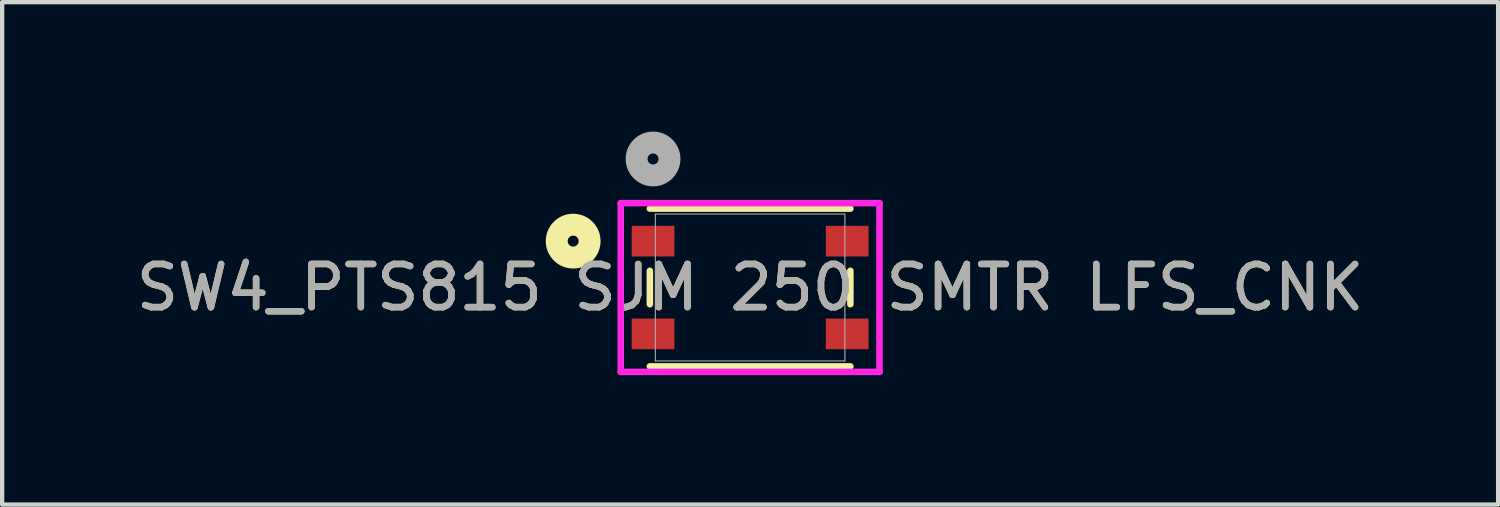
<source format=kicad_pcb>
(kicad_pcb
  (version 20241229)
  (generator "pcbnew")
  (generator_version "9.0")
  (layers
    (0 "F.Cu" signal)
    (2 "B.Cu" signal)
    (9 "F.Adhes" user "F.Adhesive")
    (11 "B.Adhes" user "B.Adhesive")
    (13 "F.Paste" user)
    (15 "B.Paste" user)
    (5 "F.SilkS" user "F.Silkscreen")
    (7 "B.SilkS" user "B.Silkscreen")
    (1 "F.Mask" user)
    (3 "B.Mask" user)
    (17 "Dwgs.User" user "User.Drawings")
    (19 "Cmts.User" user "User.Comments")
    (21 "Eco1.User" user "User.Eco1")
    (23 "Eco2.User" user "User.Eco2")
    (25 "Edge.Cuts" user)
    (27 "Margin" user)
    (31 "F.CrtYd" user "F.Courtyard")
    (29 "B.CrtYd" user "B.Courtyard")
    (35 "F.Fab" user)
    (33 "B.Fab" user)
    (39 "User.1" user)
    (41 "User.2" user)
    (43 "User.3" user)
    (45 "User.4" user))
  (footprint "SW4_PTS815 SJM 250 SMTR LFS_CNK"
    (layer "F.Cu")
    (at 14.339 3.615)
    (property "Reference" "SW4_PTS815 SJM 250 SMTR LFS_CNK" (at 0 0 0) (unlocked yes) (layer "F.SilkS") (effects (font (size 1 1) (thickness 0.15))))
    (attr smd)
    (fp_line (start -2.324 -0.387) (end -2.324 0.387) (stroke (width 0.152) (type solid)) (layer "F.SilkS"))
    (fp_line (start -2.324 1.829) (end 2.324 1.829) (stroke (width 0.152) (type solid)) (layer "F.SilkS"))
    (fp_line (start 2.324 -1.829) (end -2.324 -1.829) (stroke (width 0.152) (type solid)) (layer "F.SilkS"))
    (fp_line (start 2.324 0.387) (end 2.324 -0.387) (stroke (width 0.152) (type solid)) (layer "F.SilkS"))
    (fp_circle (center -4.102 -1.075) (end -3.721 -1.075) (stroke (width 0.508) (type solid)) (fill no) (layer "F.SilkS"))
    (fp_line (start -2.999 -1.956) (end -2.999 1.956) (stroke (width 0.152) (type solid)) (layer "F.CrtYd"))
    (fp_line (start -2.999 1.956) (end 2.999 1.956) (stroke (width 0.152) (type solid)) (layer "F.CrtYd"))
    (fp_line (start 2.999 -1.956) (end -2.999 -1.956) (stroke (width 0.152) (type solid)) (layer "F.CrtYd"))
    (fp_line (start 2.999 1.956) (end 2.999 -1.956) (stroke (width 0.152) (type solid)) (layer "F.CrtYd"))
    (fp_line (start -2.197 -1.702) (end -2.197 1.702) (stroke (width 0.025) (type solid)) (layer "F.Fab"))
    (fp_line (start -2.197 1.702) (end 2.197 1.702) (stroke (width 0.025) (type solid)) (layer "F.Fab"))
    (fp_line (start 2.197 -1.702) (end -2.197 -1.702) (stroke (width 0.025) (type solid)) (layer "F.Fab"))
    (fp_line (start 2.197 1.702) (end 2.197 -1.702) (stroke (width 0.025) (type solid)) (layer "F.Fab"))
    (fp_circle (center -2.25 -2.98) (end -1.869 -2.98) (stroke (width 0.508) (type solid)) (fill no) (layer "F.Fab"))
    (fp_text user "${REFERENCE}" (at 0 0 0) (unlocked yes) (layer "F.Fab") (effects (font (size 1 1) (thickness 0.15))))
    (pad "1" smd rect (at -2.25 -1.075) (size 0.991 0.711) (layers "F.Cu" "F.Mask" "F.Paste"))
    (pad "2" smd rect (at 2.25 -1.075) (size 0.991 0.711) (layers "F.Cu" "F.Mask" "F.Paste"))
    (pad "3" smd rect (at -2.25 1.075) (size 0.991 0.711) (layers "F.Cu" "F.Mask" "F.Paste"))
    (pad "4" smd rect (at 2.25 1.075) (size 0.991 0.711) (layers "F.Cu" "F.Mask" "F.Paste")))
  (gr_rect
    (start -3 -3)
    (end 31.679 8.647)
    (stroke (width 0.1) (type default))
    (fill no)
    (layer "Edge.Cuts")))
</source>
